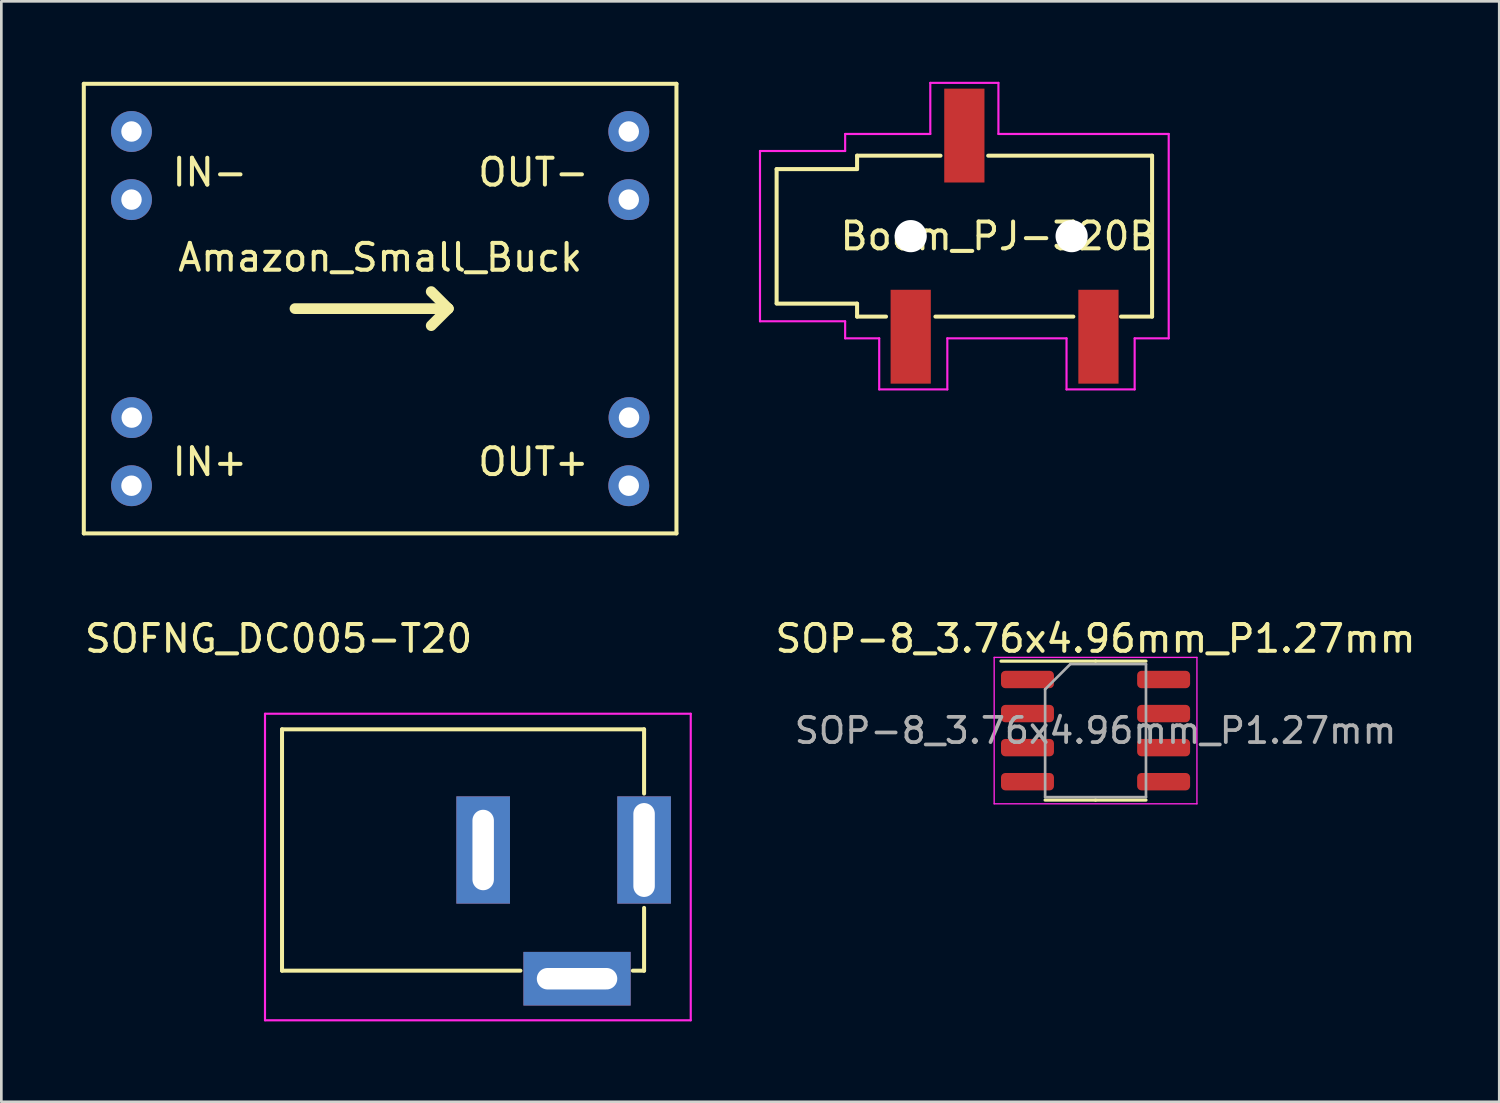
<source format=kicad_pcb>
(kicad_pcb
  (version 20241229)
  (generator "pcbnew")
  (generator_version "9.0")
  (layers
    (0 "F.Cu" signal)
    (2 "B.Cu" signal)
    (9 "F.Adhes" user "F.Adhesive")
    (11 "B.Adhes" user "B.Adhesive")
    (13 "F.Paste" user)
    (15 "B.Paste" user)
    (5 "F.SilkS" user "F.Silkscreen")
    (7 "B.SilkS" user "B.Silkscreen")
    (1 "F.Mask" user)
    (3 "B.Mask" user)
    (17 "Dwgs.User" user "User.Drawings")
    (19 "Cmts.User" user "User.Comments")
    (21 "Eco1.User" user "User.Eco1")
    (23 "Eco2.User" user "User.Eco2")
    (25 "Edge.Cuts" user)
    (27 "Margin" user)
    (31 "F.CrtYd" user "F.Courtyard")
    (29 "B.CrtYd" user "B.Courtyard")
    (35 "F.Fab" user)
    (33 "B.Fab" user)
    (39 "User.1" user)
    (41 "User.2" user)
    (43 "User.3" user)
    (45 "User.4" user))
  (footprint "SOFNG_DC005-T20"
    (layer "F.Cu")
    (at 7.466 28.644)
    (property "Reference" "SOFNG_DC005-T20" (at -0.127 -7.882 0) (layer "F.SilkS") (effects (font (size 1 1) (thickness 0.15))))
    (attr through_hole)
    (fp_line (start 0 -4.5) (end 0 4.5) (stroke (width 0.15) (type solid)) (layer "F.SilkS"))
    (fp_line (start 0 -4.5) (end 13.5 -4.5) (stroke (width 0.15) (type solid)) (layer "F.SilkS"))
    (fp_line (start 0 4.5) (end 8.89 4.5) (stroke (width 0.15) (type solid)) (layer "F.SilkS"))
    (fp_line (start 13.081 4.5) (end 13.5 4.5) (stroke (width 0.15) (type solid)) (layer "F.SilkS"))
    (fp_line (start 13.5 -4.5) (end 13.5 -2.104) (stroke (width 0.15) (type solid)) (layer "F.SilkS"))
    (fp_line (start 13.5 2.159) (end 13.5 4.5) (stroke (width 0.15) (type solid)) (layer "F.SilkS"))
    (fp_line (start -0.635 -5.08) (end 15.24 -5.08) (stroke (width 0.08) (type solid)) (layer "F.CrtYd"))
    (fp_line (start -0.635 6.35) (end -0.635 -5.08) (stroke (width 0.08) (type solid)) (layer "F.CrtYd"))
    (fp_line (start 15.24 -5.08) (end 15.24 6.35) (stroke (width 0.08) (type solid)) (layer "F.CrtYd"))
    (fp_line (start 15.24 6.35) (end -0.635 6.35) (stroke (width 0.08) (type solid)) (layer "F.CrtYd"))
    (pad "1" thru_hole rect (at 11 4.8) (size 4 2) (drill oval 3 0.8) (layers "*.Cu" "*.Mask"))
    (pad "2" thru_hole rect (at 7.5 0) (size 2 4) (drill oval 0.8 3) (layers "*.Cu" "*.Mask"))
    (pad "3" thru_hole rect (at 13.5 0) (size 2 4) (drill oval 0.8 3.5) (layers "*.Cu" "*.Mask")))
  (footprint "Amazon_Small_Buck"
    (layer "F.Cu")
    (at 11.124 8.457)
    (property "Reference" "Amazon_Small_Buck" (at 0 -1.905 0) (layer "F.SilkS") (effects (font (size 1 1) (thickness 0.15))))
    (attr through_hole)
    (fp_line (start -11.049 -8.382) (end -11.049 8.382) (stroke (width 0.15) (type solid)) (layer "F.SilkS"))
    (fp_line (start -11.049 -8.382) (end 11.049 -8.382) (stroke (width 0.15) (type solid)) (layer "F.SilkS"))
    (fp_line (start -11.049 8.382) (end 11.049 8.382) (stroke (width 0.15) (type solid)) (layer "F.SilkS"))
    (fp_line (start -3.175 0) (end 2.54 0) (stroke (width 0.4) (type solid)) (layer "F.SilkS"))
    (fp_line (start 2.54 0) (end 1.905 -0.635) (stroke (width 0.4) (type solid)) (layer "F.SilkS"))
    (fp_line (start 2.54 0) (end 1.905 0.635) (stroke (width 0.4) (type solid)) (layer "F.SilkS"))
    (fp_line (start 11.049 -8.382) (end 11.049 8.382) (stroke (width 0.15) (type solid)) (layer "F.SilkS"))
    (fp_text user "IN+" (at -6.35 5.715 0) (layer "F.SilkS") (effects (font (size 1 1) (thickness 0.15))))
    (fp_text user "OUT+" (at 5.715 5.715 0) (layer "F.SilkS") (effects (font (size 1 1) (thickness 0.15))))
    (fp_text user "IN-" (at -6.35 -5.08 0) (layer "F.SilkS") (effects (font (size 1 1) (thickness 0.15))))
    (fp_text user "OUT-" (at 5.715 -5.08 0) (layer "F.SilkS") (effects (font (size 1 1) (thickness 0.15))))
    (pad "1" thru_hole circle (at -9.271 -6.604) (size 1.524 1.524) (drill 0.762) (layers "*.Cu" "*.Mask"))
    (pad "2" thru_hole circle (at -9.271 -4.064) (size 1.524 1.524) (drill 0.762) (layers "*.Cu" "*.Mask"))
    (pad "3" thru_hole circle (at -9.262 4.064) (size 1.524 1.524) (drill 0.762) (layers "*.Cu" "*.Mask"))
    (pad "4" thru_hole circle (at -9.271 6.604) (size 1.524 1.524) (drill 0.762) (layers "*.Cu" "*.Mask"))
    (pad "5" thru_hole circle (at 9.271 6.604) (size 1.524 1.524) (drill 0.762) (layers "*.Cu" "*.Mask"))
    (pad "6" thru_hole circle (at 9.28 4.064) (size 1.524 1.524) (drill 0.762) (layers "*.Cu" "*.Mask"))
    (pad "7" thru_hole circle (at 9.271 -4.064) (size 1.524 1.524) (drill 0.762) (layers "*.Cu" "*.Mask"))
    (pad "8" thru_hole circle (at 9.271 -6.604) (size 1.524 1.524) (drill 0.762) (layers "*.Cu" "*.Mask")))
  (footprint "Boom_PJ-320B"
    (layer "F.Cu")
    (at 32.908 5.755)
    (property "Reference" "Boom_PJ-320B" (at 1.27 0 0) (layer "F.SilkS") (effects (font (size 1 1) (thickness 0.15))))
    (attr through_hole)
    (fp_line (start -7 -2.5) (end -7 2.5) (stroke (width 0.15) (type solid)) (layer "F.SilkS"))
    (fp_line (start -4 -3) (end -4 -2.5) (stroke (width 0.15) (type solid)) (layer "F.SilkS"))
    (fp_line (start -4 -3) (end -0.889 -3) (stroke (width 0.15) (type solid)) (layer "F.SilkS"))
    (fp_line (start -4 -2.5) (end -7 -2.5) (stroke (width 0.15) (type solid)) (layer "F.SilkS"))
    (fp_line (start -4 2.517) (end -7 2.517) (stroke (width 0.15) (type solid)) (layer "F.SilkS"))
    (fp_line (start -4 2.517) (end -4 3) (stroke (width 0.15) (type solid)) (layer "F.SilkS"))
    (fp_line (start -4 3) (end -2.921 3) (stroke (width 0.15) (type solid)) (layer "F.SilkS"))
    (fp_line (start -1.079 3) (end 4.064 3) (stroke (width 0.15) (type solid)) (layer "F.SilkS"))
    (fp_line (start 0.889 -3) (end 7 -3) (stroke (width 0.15) (type solid)) (layer "F.SilkS"))
    (fp_line (start 5.842 3) (end 7 3) (stroke (width 0.15) (type solid)) (layer "F.SilkS"))
    (fp_line (start 7 -3) (end 7 3) (stroke (width 0.15) (type solid)) (layer "F.SilkS"))
    (fp_line (start -7.62 -3.175) (end -7.62 3.175) (stroke (width 0.08) (type solid)) (layer "F.CrtYd"))
    (fp_line (start -7.62 3.175) (end -4.445 3.175) (stroke (width 0.08) (type solid)) (layer "F.CrtYd"))
    (fp_line (start -4.445 -3.81) (end -4.445 -3.175) (stroke (width 0.08) (type solid)) (layer "F.CrtYd"))
    (fp_line (start -4.445 -3.175) (end -7.62 -3.175) (stroke (width 0.08) (type solid)) (layer "F.CrtYd"))
    (fp_line (start -4.445 3.175) (end -4.445 3.81) (stroke (width 0.08) (type solid)) (layer "F.CrtYd"))
    (fp_line (start -4.445 3.81) (end -3.175 3.81) (stroke (width 0.08) (type solid)) (layer "F.CrtYd"))
    (fp_line (start -3.175 3.81) (end -3.175 5.715) (stroke (width 0.08) (type solid)) (layer "F.CrtYd"))
    (fp_line (start -3.175 5.715) (end -0.635 5.715) (stroke (width 0.08) (type solid)) (layer "F.CrtYd"))
    (fp_line (start -1.27 -5.715) (end -1.27 -3.81) (stroke (width 0.08) (type solid)) (layer "F.CrtYd"))
    (fp_line (start -1.27 -3.81) (end -4.445 -3.81) (stroke (width 0.08) (type solid)) (layer "F.CrtYd"))
    (fp_line (start -0.635 3.81) (end 3.81 3.81) (stroke (width 0.08) (type solid)) (layer "F.CrtYd"))
    (fp_line (start -0.635 5.715) (end -0.635 3.81) (stroke (width 0.08) (type solid)) (layer "F.CrtYd"))
    (fp_line (start 1.27 -5.715) (end -1.27 -5.715) (stroke (width 0.08) (type solid)) (layer "F.CrtYd"))
    (fp_line (start 1.27 -3.81) (end 1.27 -5.715) (stroke (width 0.08) (type solid)) (layer "F.CrtYd"))
    (fp_line (start 3.81 3.81) (end 3.81 5.715) (stroke (width 0.08) (type solid)) (layer "F.CrtYd"))
    (fp_line (start 3.81 5.715) (end 6.35 5.715) (stroke (width 0.08) (type solid)) (layer "F.CrtYd"))
    (fp_line (start 6.35 3.81) (end 7.62 3.81) (stroke (width 0.08) (type solid)) (layer "F.CrtYd"))
    (fp_line (start 6.35 5.715) (end 6.35 3.81) (stroke (width 0.08) (type solid)) (layer "F.CrtYd"))
    (fp_line (start 7.62 -3.81) (end 1.27 -3.81) (stroke (width 0.08) (type solid)) (layer "F.CrtYd"))
    (fp_line (start 7.62 3.81) (end 7.62 -3.81) (stroke (width 0.08) (type solid)) (layer "F.CrtYd"))
    (pad "" np_thru_hole circle (at -2 0) (size 1.2 1.2) (drill 1.2) (layers "*.Cu" "*.Mask"))
    (pad "" np_thru_hole circle (at 4 0) (size 1.2 1.2) (drill 1.2) (layers "*.Cu" "*.Mask"))
    (pad "R" smd rect (at 0 -5.5) (size 1.5 3.5) (drill (offset 0 1.75)) (layers "F.Cu" "F.Mask" "F.Paste"))
    (pad "S" smd rect (at -2 5.5) (size 1.5 3.5) (drill (offset 0 -1.75)) (layers "F.Cu" "F.Mask" "F.Paste"))
    (pad "T" smd rect (at 5 5.5) (size 1.5 3.5) (drill (offset 0 -1.75)) (layers "F.Cu" "F.Mask" "F.Paste")))
  (footprint "SOP-8_3.76x4.96mm_P1.27mm"
    (layer "F.Cu")
    (at 37.8 24.192)
    (property "Reference" "SOP-8_3.76x4.96mm_P1.27mm" (at 0 -3.43 0) (layer "F.SilkS") (effects (font (size 1 1) (thickness 0.15))))
    (attr smd)
    (fp_line (start 0 -2.59) (end -3.525 -2.59) (stroke (width 0.12) (type solid)) (layer "F.SilkS"))
    (fp_line (start 0 -2.59) (end 1.88 -2.59) (stroke (width 0.12) (type solid)) (layer "F.SilkS"))
    (fp_line (start 0 2.59) (end -1.88 2.59) (stroke (width 0.12) (type solid)) (layer "F.SilkS"))
    (fp_line (start 0 2.59) (end 1.88 2.59) (stroke (width 0.12) (type solid)) (layer "F.SilkS"))
    (fp_line (start -3.78 -2.73) (end -3.78 2.73) (stroke (width 0.05) (type solid)) (layer "F.CrtYd"))
    (fp_line (start -3.78 2.73) (end 3.78 2.73) (stroke (width 0.05) (type solid)) (layer "F.CrtYd"))
    (fp_line (start 3.78 -2.73) (end -3.78 -2.73) (stroke (width 0.05) (type solid)) (layer "F.CrtYd"))
    (fp_line (start 3.78 2.73) (end 3.78 -2.73) (stroke (width 0.05) (type solid)) (layer "F.CrtYd"))
    (fp_line (start -1.88 -1.54) (end -0.94 -2.48) (stroke (width 0.1) (type solid)) (layer "F.Fab"))
    (fp_line (start -1.88 2.48) (end -1.88 -1.54) (stroke (width 0.1) (type solid)) (layer "F.Fab"))
    (fp_line (start -0.94 -2.48) (end 1.88 -2.48) (stroke (width 0.1) (type solid)) (layer "F.Fab"))
    (fp_line (start 1.88 -2.48) (end 1.88 2.48) (stroke (width 0.1) (type solid)) (layer "F.Fab"))
    (fp_line (start 1.88 2.48) (end -1.88 2.48) (stroke (width 0.1) (type solid)) (layer "F.Fab"))
    (fp_text user "${REFERENCE}" (at 0 0 0) (layer "F.Fab") (effects (font (size 0.94 0.94) (thickness 0.14))))
    (pad "1" smd roundrect (at -2.538 -1.905) (size 1.975 0.65) (layers "F.Cu" "F.Mask" "F.Paste") (roundrect_rratio 0.25))
    (pad "2" smd roundrect (at -2.538 -0.635) (size 1.975 0.65) (layers "F.Cu" "F.Mask" "F.Paste") (roundrect_rratio 0.25))
    (pad "3" smd roundrect (at -2.538 0.635) (size 1.975 0.65) (layers "F.Cu" "F.Mask" "F.Paste") (roundrect_rratio 0.25))
    (pad "4" smd roundrect (at -2.538 1.905) (size 1.975 0.65) (layers "F.Cu" "F.Mask" "F.Paste") (roundrect_rratio 0.25))
    (pad "5" smd roundrect (at 2.538 1.905) (size 1.975 0.65) (layers "F.Cu" "F.Mask" "F.Paste") (roundrect_rratio 0.25))
    (pad "6" smd roundrect (at 2.538 0.635) (size 1.975 0.65) (layers "F.Cu" "F.Mask" "F.Paste") (roundrect_rratio 0.25))
    (pad "7" smd roundrect (at 2.538 -0.635) (size 1.975 0.65) (layers "F.Cu" "F.Mask" "F.Paste") (roundrect_rratio 0.25))
    (pad "8" smd roundrect (at 2.538 -1.905) (size 1.975 0.65) (layers "F.Cu" "F.Mask" "F.Paste") (roundrect_rratio 0.25)))
  (gr_rect
    (start -3 -3)
    (end 52.853 38.034)
    (stroke (width 0.1) (type default))
    (fill no)
    (layer "Edge.Cuts")))
</source>
